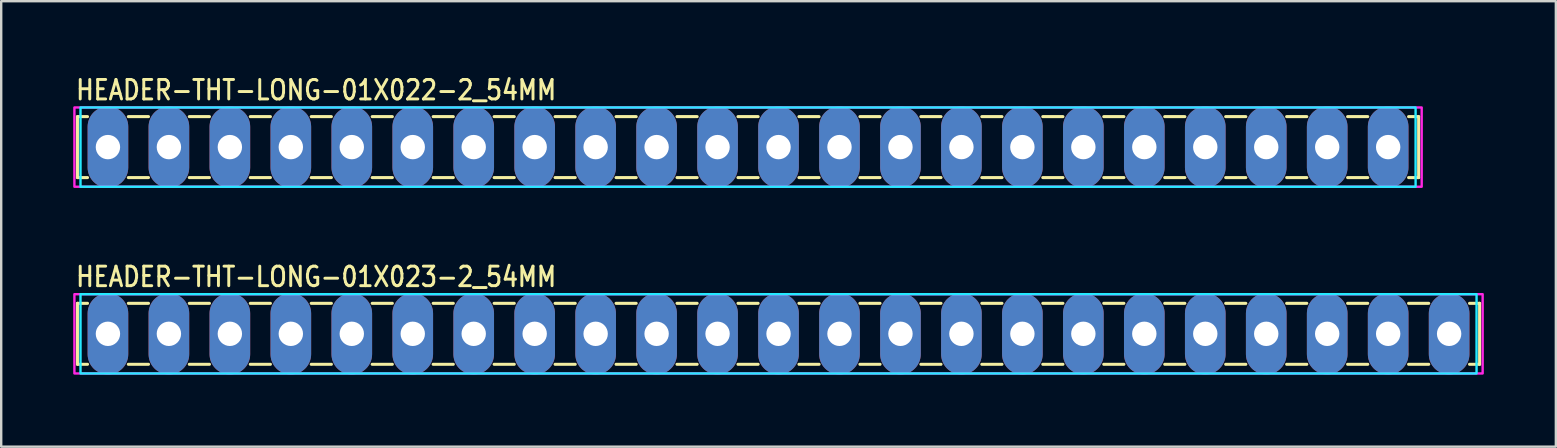
<source format=kicad_pcb>
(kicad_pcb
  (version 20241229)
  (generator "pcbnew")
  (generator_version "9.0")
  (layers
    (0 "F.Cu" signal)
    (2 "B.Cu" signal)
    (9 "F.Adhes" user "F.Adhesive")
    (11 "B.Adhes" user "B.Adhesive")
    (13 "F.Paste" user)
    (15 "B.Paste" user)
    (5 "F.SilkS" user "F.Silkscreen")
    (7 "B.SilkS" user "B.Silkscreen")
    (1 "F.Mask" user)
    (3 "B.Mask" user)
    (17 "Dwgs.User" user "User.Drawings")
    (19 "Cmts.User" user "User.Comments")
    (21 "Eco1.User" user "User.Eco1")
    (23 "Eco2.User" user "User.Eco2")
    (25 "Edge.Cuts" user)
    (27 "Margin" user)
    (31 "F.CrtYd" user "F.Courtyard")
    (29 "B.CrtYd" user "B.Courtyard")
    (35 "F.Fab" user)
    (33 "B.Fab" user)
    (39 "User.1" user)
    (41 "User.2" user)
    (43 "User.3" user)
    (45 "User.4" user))
  (footprint "HEADER-THT-LONG-01X022-2_54MM"
    (layer "F.Cu")
    (at 1.447 3.079)
    (property "Reference" "HEADER-THT-LONG-01X022-2_54MM" (at -1.4 -1.9 0) (unlocked yes) (layer "F.SilkS") (effects (font (size 0.813 0.695) (thickness 0.122)) (justify left bottom)))
    (fp_line (start -1.27 -1.27) (end -1.27 1.27) (stroke (width 0.127) (type solid)) (layer "F.SilkS"))
    (fp_line (start -1.27 1.27) (end -0.85 1.27) (stroke (width 0.127) (type solid)) (layer "F.SilkS"))
    (fp_line (start -0.85 -1.27) (end -1.27 -1.27) (stroke (width 0.127) (type solid)) (layer "F.SilkS"))
    (fp_line (start 0.85 -1.27) (end 1.69 -1.27) (stroke (width 0.127) (type solid)) (layer "F.SilkS"))
    (fp_line (start 0.85 1.27) (end 1.69 1.27) (stroke (width 0.127) (type solid)) (layer "F.SilkS"))
    (fp_line (start 3.39 -1.27) (end 4.23 -1.27) (stroke (width 0.127) (type solid)) (layer "F.SilkS"))
    (fp_line (start 3.39 1.27) (end 4.23 1.27) (stroke (width 0.127) (type solid)) (layer "F.SilkS"))
    (fp_line (start 5.93 -1.27) (end 6.77 -1.27) (stroke (width 0.127) (type solid)) (layer "F.SilkS"))
    (fp_line (start 5.93 1.27) (end 6.77 1.27) (stroke (width 0.127) (type solid)) (layer "F.SilkS"))
    (fp_line (start 8.47 -1.27) (end 9.31 -1.27) (stroke (width 0.127) (type solid)) (layer "F.SilkS"))
    (fp_line (start 8.47 1.27) (end 9.31 1.27) (stroke (width 0.127) (type solid)) (layer "F.SilkS"))
    (fp_line (start 11.01 -1.27) (end 11.85 -1.27) (stroke (width 0.127) (type solid)) (layer "F.SilkS"))
    (fp_line (start 11.01 1.27) (end 11.85 1.27) (stroke (width 0.127) (type solid)) (layer "F.SilkS"))
    (fp_line (start 13.55 -1.27) (end 14.39 -1.27) (stroke (width 0.127) (type solid)) (layer "F.SilkS"))
    (fp_line (start 13.55 1.27) (end 14.39 1.27) (stroke (width 0.127) (type solid)) (layer "F.SilkS"))
    (fp_line (start 16.09 -1.27) (end 16.93 -1.27) (stroke (width 0.127) (type solid)) (layer "F.SilkS"))
    (fp_line (start 16.09 1.27) (end 16.93 1.27) (stroke (width 0.127) (type solid)) (layer "F.SilkS"))
    (fp_line (start 18.63 -1.27) (end 19.47 -1.27) (stroke (width 0.127) (type solid)) (layer "F.SilkS"))
    (fp_line (start 18.63 1.27) (end 19.47 1.27) (stroke (width 0.127) (type solid)) (layer "F.SilkS"))
    (fp_line (start 21.17 -1.27) (end 22.01 -1.27) (stroke (width 0.127) (type solid)) (layer "F.SilkS"))
    (fp_line (start 21.17 1.27) (end 22.01 1.27) (stroke (width 0.127) (type solid)) (layer "F.SilkS"))
    (fp_line (start 23.71 -1.27) (end 24.55 -1.27) (stroke (width 0.127) (type solid)) (layer "F.SilkS"))
    (fp_line (start 23.71 1.27) (end 24.55 1.27) (stroke (width 0.127) (type solid)) (layer "F.SilkS"))
    (fp_line (start 26.25 -1.27) (end 27.09 -1.27) (stroke (width 0.127) (type solid)) (layer "F.SilkS"))
    (fp_line (start 26.25 1.27) (end 27.09 1.27) (stroke (width 0.127) (type solid)) (layer "F.SilkS"))
    (fp_line (start 28.79 -1.27) (end 29.63 -1.27) (stroke (width 0.127) (type solid)) (layer "F.SilkS"))
    (fp_line (start 28.79 1.27) (end 29.63 1.27) (stroke (width 0.127) (type solid)) (layer "F.SilkS"))
    (fp_line (start 31.33 -1.27) (end 32.17 -1.27) (stroke (width 0.127) (type solid)) (layer "F.SilkS"))
    (fp_line (start 31.33 1.27) (end 32.17 1.27) (stroke (width 0.127) (type solid)) (layer "F.SilkS"))
    (fp_line (start 33.87 -1.27) (end 34.71 -1.27) (stroke (width 0.127) (type solid)) (layer "F.SilkS"))
    (fp_line (start 33.87 1.27) (end 34.71 1.27) (stroke (width 0.127) (type solid)) (layer "F.SilkS"))
    (fp_line (start 36.41 -1.27) (end 37.25 -1.27) (stroke (width 0.127) (type solid)) (layer "F.SilkS"))
    (fp_line (start 36.41 1.27) (end 37.25 1.27) (stroke (width 0.127) (type solid)) (layer "F.SilkS"))
    (fp_line (start 38.95 -1.27) (end 39.79 -1.27) (stroke (width 0.127) (type solid)) (layer "F.SilkS"))
    (fp_line (start 38.95 1.27) (end 39.79 1.27) (stroke (width 0.127) (type solid)) (layer "F.SilkS"))
    (fp_line (start 41.49 -1.27) (end 42.33 -1.27) (stroke (width 0.127) (type solid)) (layer "F.SilkS"))
    (fp_line (start 41.49 1.27) (end 42.33 1.27) (stroke (width 0.127) (type solid)) (layer "F.SilkS"))
    (fp_line (start 44.03 -1.27) (end 44.87 -1.27) (stroke (width 0.127) (type solid)) (layer "F.SilkS"))
    (fp_line (start 44.03 1.27) (end 44.87 1.27) (stroke (width 0.127) (type solid)) (layer "F.SilkS"))
    (fp_line (start 46.57 -1.27) (end 47.41 -1.27) (stroke (width 0.127) (type solid)) (layer "F.SilkS"))
    (fp_line (start 46.57 1.27) (end 47.41 1.27) (stroke (width 0.127) (type solid)) (layer "F.SilkS"))
    (fp_line (start 49.11 -1.27) (end 49.95 -1.27) (stroke (width 0.127) (type solid)) (layer "F.SilkS"))
    (fp_line (start 49.11 1.27) (end 49.95 1.27) (stroke (width 0.127) (type solid)) (layer "F.SilkS"))
    (fp_line (start 51.65 -1.27) (end 52.49 -1.27) (stroke (width 0.127) (type solid)) (layer "F.SilkS"))
    (fp_line (start 51.65 1.27) (end 52.49 1.27) (stroke (width 0.127) (type solid)) (layer "F.SilkS"))
    (fp_line (start 54.19 -1.27) (end 54.61 -1.27) (stroke (width 0.127) (type solid)) (layer "F.SilkS"))
    (fp_line (start 54.61 -1.27) (end 54.61 1.27) (stroke (width 0.127) (type solid)) (layer "F.SilkS"))
    (fp_line (start 54.61 1.27) (end 54.19 1.27) (stroke (width 0.127) (type solid)) (layer "F.SilkS"))
    (fp_poly (pts (xy -1.143 -1.651) (xy 54.483 -1.651) (xy 54.483 1.651) (xy -1.143 1.651)) (stroke (width 0.1) (type solid)) (fill no) (layer "B.CrtYd"))
    (fp_poly (pts (xy -1.397 -1.651) (xy 54.737 -1.651) (xy 54.737 1.651) (xy -1.397 1.651)) (stroke (width 0.1) (type solid)) (fill no) (layer "F.CrtYd"))
    (pad "1" thru_hole oval (at 0 0 90) (size 3.387 1.693) (drill 1.016) (layers "*.Cu" "*.Mask"))
    (pad "2" thru_hole oval (at 2.54 0 90) (size 3.387 1.693) (drill 1.016) (layers "*.Cu" "*.Mask"))
    (pad "3" thru_hole oval (at 5.08 0 90) (size 3.387 1.693) (drill 1.016) (layers "*.Cu" "*.Mask"))
    (pad "4" thru_hole oval (at 7.62 0 90) (size 3.387 1.693) (drill 1.016) (layers "*.Cu" "*.Mask"))
    (pad "5" thru_hole oval (at 10.16 0 90) (size 3.387 1.693) (drill 1.016) (layers "*.Cu" "*.Mask"))
    (pad "6" thru_hole oval (at 12.7 0 90) (size 3.387 1.693) (drill 1.016) (layers "*.Cu" "*.Mask"))
    (pad "7" thru_hole oval (at 15.24 0 90) (size 3.387 1.693) (drill 1.016) (layers "*.Cu" "*.Mask"))
    (pad "8" thru_hole oval (at 17.78 0 90) (size 3.387 1.693) (drill 1.016) (layers "*.Cu" "*.Mask"))
    (pad "9" thru_hole oval (at 20.32 0 90) (size 3.387 1.693) (drill 1.016) (layers "*.Cu" "*.Mask"))
    (pad "10" thru_hole oval (at 22.86 0 90) (size 3.387 1.693) (drill 1.016) (layers "*.Cu" "*.Mask"))
    (pad "11" thru_hole oval (at 25.4 0 90) (size 3.387 1.693) (drill 1.016) (layers "*.Cu" "*.Mask"))
    (pad "12" thru_hole oval (at 27.94 0 90) (size 3.387 1.693) (drill 1.016) (layers "*.Cu" "*.Mask"))
    (pad "13" thru_hole oval (at 30.48 0 90) (size 3.387 1.693) (drill 1.016) (layers "*.Cu" "*.Mask"))
    (pad "14" thru_hole oval (at 33.02 0 90) (size 3.387 1.693) (drill 1.016) (layers "*.Cu" "*.Mask"))
    (pad "15" thru_hole oval (at 35.56 0 90) (size 3.387 1.693) (drill 1.016) (layers "*.Cu" "*.Mask"))
    (pad "16" thru_hole oval (at 38.1 0 90) (size 3.387 1.693) (drill 1.016) (layers "*.Cu" "*.Mask"))
    (pad "17" thru_hole oval (at 40.64 0 90) (size 3.387 1.693) (drill 1.016) (layers "*.Cu" "*.Mask"))
    (pad "18" thru_hole oval (at 43.18 0 90) (size 3.387 1.693) (drill 1.016) (layers "*.Cu" "*.Mask"))
    (pad "19" thru_hole oval (at 45.72 0 90) (size 3.387 1.693) (drill 1.016) (layers "*.Cu" "*.Mask"))
    (pad "20" thru_hole oval (at 48.26 0 90) (size 3.387 1.693) (drill 1.016) (layers "*.Cu" "*.Mask"))
    (pad "21" thru_hole oval (at 50.8 0 90) (size 3.387 1.693) (drill 1.016) (layers "*.Cu" "*.Mask"))
    (pad "22" thru_hole oval (at 53.34 0 90) (size 3.387 1.693) (drill 1.016) (layers "*.Cu" "*.Mask")))
  (footprint "HEADER-THT-LONG-01X023-2_54MM"
    (layer "F.Cu")
    (at 1.447 10.858)
    (property "Reference" "HEADER-THT-LONG-01X023-2_54MM" (at -1.4 -1.9 0) (unlocked yes) (layer "F.SilkS") (effects (font (size 0.813 0.695) (thickness 0.122)) (justify left bottom)))
    (fp_line (start -1.27 -1.27) (end -1.27 1.27) (stroke (width 0.127) (type solid)) (layer "F.SilkS"))
    (fp_line (start -1.27 1.27) (end -0.85 1.27) (stroke (width 0.127) (type solid)) (layer "F.SilkS"))
    (fp_line (start -0.85 -1.27) (end -1.27 -1.27) (stroke (width 0.127) (type solid)) (layer "F.SilkS"))
    (fp_line (start 0.85 -1.27) (end 1.69 -1.27) (stroke (width 0.127) (type solid)) (layer "F.SilkS"))
    (fp_line (start 0.85 1.27) (end 1.69 1.27) (stroke (width 0.127) (type solid)) (layer "F.SilkS"))
    (fp_line (start 3.39 -1.27) (end 4.23 -1.27) (stroke (width 0.127) (type solid)) (layer "F.SilkS"))
    (fp_line (start 3.39 1.27) (end 4.23 1.27) (stroke (width 0.127) (type solid)) (layer "F.SilkS"))
    (fp_line (start 5.93 -1.27) (end 6.77 -1.27) (stroke (width 0.127) (type solid)) (layer "F.SilkS"))
    (fp_line (start 5.93 1.27) (end 6.77 1.27) (stroke (width 0.127) (type solid)) (layer "F.SilkS"))
    (fp_line (start 8.47 -1.27) (end 9.31 -1.27) (stroke (width 0.127) (type solid)) (layer "F.SilkS"))
    (fp_line (start 8.47 1.27) (end 9.31 1.27) (stroke (width 0.127) (type solid)) (layer "F.SilkS"))
    (fp_line (start 11.01 -1.27) (end 11.85 -1.27) (stroke (width 0.127) (type solid)) (layer "F.SilkS"))
    (fp_line (start 11.01 1.27) (end 11.85 1.27) (stroke (width 0.127) (type solid)) (layer "F.SilkS"))
    (fp_line (start 13.55 -1.27) (end 14.39 -1.27) (stroke (width 0.127) (type solid)) (layer "F.SilkS"))
    (fp_line (start 13.55 1.27) (end 14.39 1.27) (stroke (width 0.127) (type solid)) (layer "F.SilkS"))
    (fp_line (start 16.09 -1.27) (end 16.93 -1.27) (stroke (width 0.127) (type solid)) (layer "F.SilkS"))
    (fp_line (start 16.09 1.27) (end 16.93 1.27) (stroke (width 0.127) (type solid)) (layer "F.SilkS"))
    (fp_line (start 18.63 -1.27) (end 19.47 -1.27) (stroke (width 0.127) (type solid)) (layer "F.SilkS"))
    (fp_line (start 18.63 1.27) (end 19.47 1.27) (stroke (width 0.127) (type solid)) (layer "F.SilkS"))
    (fp_line (start 21.17 -1.27) (end 22.01 -1.27) (stroke (width 0.127) (type solid)) (layer "F.SilkS"))
    (fp_line (start 21.17 1.27) (end 22.01 1.27) (stroke (width 0.127) (type solid)) (layer "F.SilkS"))
    (fp_line (start 23.71 -1.27) (end 24.55 -1.27) (stroke (width 0.127) (type solid)) (layer "F.SilkS"))
    (fp_line (start 23.71 1.27) (end 24.55 1.27) (stroke (width 0.127) (type solid)) (layer "F.SilkS"))
    (fp_line (start 26.25 -1.27) (end 27.09 -1.27) (stroke (width 0.127) (type solid)) (layer "F.SilkS"))
    (fp_line (start 26.25 1.27) (end 27.09 1.27) (stroke (width 0.127) (type solid)) (layer "F.SilkS"))
    (fp_line (start 28.79 -1.27) (end 29.63 -1.27) (stroke (width 0.127) (type solid)) (layer "F.SilkS"))
    (fp_line (start 28.79 1.27) (end 29.63 1.27) (stroke (width 0.127) (type solid)) (layer "F.SilkS"))
    (fp_line (start 31.33 -1.27) (end 32.17 -1.27) (stroke (width 0.127) (type solid)) (layer "F.SilkS"))
    (fp_line (start 31.33 1.27) (end 32.17 1.27) (stroke (width 0.127) (type solid)) (layer "F.SilkS"))
    (fp_line (start 33.87 -1.27) (end 34.71 -1.27) (stroke (width 0.127) (type solid)) (layer "F.SilkS"))
    (fp_line (start 33.87 1.27) (end 34.71 1.27) (stroke (width 0.127) (type solid)) (layer "F.SilkS"))
    (fp_line (start 36.41 -1.27) (end 37.25 -1.27) (stroke (width 0.127) (type solid)) (layer "F.SilkS"))
    (fp_line (start 36.41 1.27) (end 37.25 1.27) (stroke (width 0.127) (type solid)) (layer "F.SilkS"))
    (fp_line (start 38.95 -1.27) (end 39.79 -1.27) (stroke (width 0.127) (type solid)) (layer "F.SilkS"))
    (fp_line (start 38.95 1.27) (end 39.79 1.27) (stroke (width 0.127) (type solid)) (layer "F.SilkS"))
    (fp_line (start 41.49 -1.27) (end 42.33 -1.27) (stroke (width 0.127) (type solid)) (layer "F.SilkS"))
    (fp_line (start 41.49 1.27) (end 42.33 1.27) (stroke (width 0.127) (type solid)) (layer "F.SilkS"))
    (fp_line (start 44.03 -1.27) (end 44.87 -1.27) (stroke (width 0.127) (type solid)) (layer "F.SilkS"))
    (fp_line (start 44.03 1.27) (end 44.87 1.27) (stroke (width 0.127) (type solid)) (layer "F.SilkS"))
    (fp_line (start 46.57 -1.27) (end 47.41 -1.27) (stroke (width 0.127) (type solid)) (layer "F.SilkS"))
    (fp_line (start 46.57 1.27) (end 47.41 1.27) (stroke (width 0.127) (type solid)) (layer "F.SilkS"))
    (fp_line (start 49.11 -1.27) (end 49.95 -1.27) (stroke (width 0.127) (type solid)) (layer "F.SilkS"))
    (fp_line (start 49.11 1.27) (end 49.95 1.27) (stroke (width 0.127) (type solid)) (layer "F.SilkS"))
    (fp_line (start 51.65 -1.27) (end 52.49 -1.27) (stroke (width 0.127) (type solid)) (layer "F.SilkS"))
    (fp_line (start 51.65 1.27) (end 52.49 1.27) (stroke (width 0.127) (type solid)) (layer "F.SilkS"))
    (fp_line (start 54.19 -1.27) (end 55.03 -1.27) (stroke (width 0.127) (type solid)) (layer "F.SilkS"))
    (fp_line (start 54.19 1.27) (end 55.03 1.27) (stroke (width 0.127) (type solid)) (layer "F.SilkS"))
    (fp_line (start 56.73 -1.27) (end 57.15 -1.27) (stroke (width 0.127) (type solid)) (layer "F.SilkS"))
    (fp_line (start 57.15 -1.27) (end 57.15 1.27) (stroke (width 0.127) (type solid)) (layer "F.SilkS"))
    (fp_line (start 57.15 1.27) (end 56.73 1.27) (stroke (width 0.127) (type solid)) (layer "F.SilkS"))
    (fp_poly (pts (xy -1.143 -1.651) (xy 57.023 -1.651) (xy 57.023 1.651) (xy -1.143 1.651)) (stroke (width 0.1) (type solid)) (fill no) (layer "B.CrtYd"))
    (fp_poly (pts (xy -1.397 -1.651) (xy 57.277 -1.651) (xy 57.277 1.651) (xy -1.397 1.651)) (stroke (width 0.1) (type solid)) (fill no) (layer "F.CrtYd"))
    (pad "1" thru_hole oval (at 0 0 90) (size 3.387 1.693) (drill 1.016) (layers "*.Cu" "*.Mask"))
    (pad "2" thru_hole oval (at 2.54 0 90) (size 3.387 1.693) (drill 1.016) (layers "*.Cu" "*.Mask"))
    (pad "3" thru_hole oval (at 5.08 0 90) (size 3.387 1.693) (drill 1.016) (layers "*.Cu" "*.Mask"))
    (pad "4" thru_hole oval (at 7.62 0 90) (size 3.387 1.693) (drill 1.016) (layers "*.Cu" "*.Mask"))
    (pad "5" thru_hole oval (at 10.16 0 90) (size 3.387 1.693) (drill 1.016) (layers "*.Cu" "*.Mask"))
    (pad "6" thru_hole oval (at 12.7 0 90) (size 3.387 1.693) (drill 1.016) (layers "*.Cu" "*.Mask"))
    (pad "7" thru_hole oval (at 15.24 0 90) (size 3.387 1.693) (drill 1.016) (layers "*.Cu" "*.Mask"))
    (pad "8" thru_hole oval (at 17.78 0 90) (size 3.387 1.693) (drill 1.016) (layers "*.Cu" "*.Mask"))
    (pad "9" thru_hole oval (at 20.32 0 90) (size 3.387 1.693) (drill 1.016) (layers "*.Cu" "*.Mask"))
    (pad "10" thru_hole oval (at 22.86 0 90) (size 3.387 1.693) (drill 1.016) (layers "*.Cu" "*.Mask"))
    (pad "11" thru_hole oval (at 25.4 0 90) (size 3.387 1.693) (drill 1.016) (layers "*.Cu" "*.Mask"))
    (pad "12" thru_hole oval (at 27.94 0 90) (size 3.387 1.693) (drill 1.016) (layers "*.Cu" "*.Mask"))
    (pad "13" thru_hole oval (at 30.48 0 90) (size 3.387 1.693) (drill 1.016) (layers "*.Cu" "*.Mask"))
    (pad "14" thru_hole oval (at 33.02 0 90) (size 3.387 1.693) (drill 1.016) (layers "*.Cu" "*.Mask"))
    (pad "15" thru_hole oval (at 35.56 0 90) (size 3.387 1.693) (drill 1.016) (layers "*.Cu" "*.Mask"))
    (pad "16" thru_hole oval (at 38.1 0 90) (size 3.387 1.693) (drill 1.016) (layers "*.Cu" "*.Mask"))
    (pad "17" thru_hole oval (at 40.64 0 90) (size 3.387 1.693) (drill 1.016) (layers "*.Cu" "*.Mask"))
    (pad "18" thru_hole oval (at 43.18 0 90) (size 3.387 1.693) (drill 1.016) (layers "*.Cu" "*.Mask"))
    (pad "19" thru_hole oval (at 45.72 0 90) (size 3.387 1.693) (drill 1.016) (layers "*.Cu" "*.Mask"))
    (pad "20" thru_hole oval (at 48.26 0 90) (size 3.387 1.693) (drill 1.016) (layers "*.Cu" "*.Mask"))
    (pad "21" thru_hole oval (at 50.8 0 90) (size 3.387 1.693) (drill 1.016) (layers "*.Cu" "*.Mask"))
    (pad "22" thru_hole oval (at 53.34 0 90) (size 3.387 1.693) (drill 1.016) (layers "*.Cu" "*.Mask"))
    (pad "23" thru_hole oval (at 55.88 0 90) (size 3.387 1.693) (drill 1.016) (layers "*.Cu" "*.Mask")))
  (gr_rect
    (start -3 -3)
    (end 61.774 15.559)
    (stroke (width 0.1) (type default))
    (fill no)
    (layer "Edge.Cuts")))
</source>
